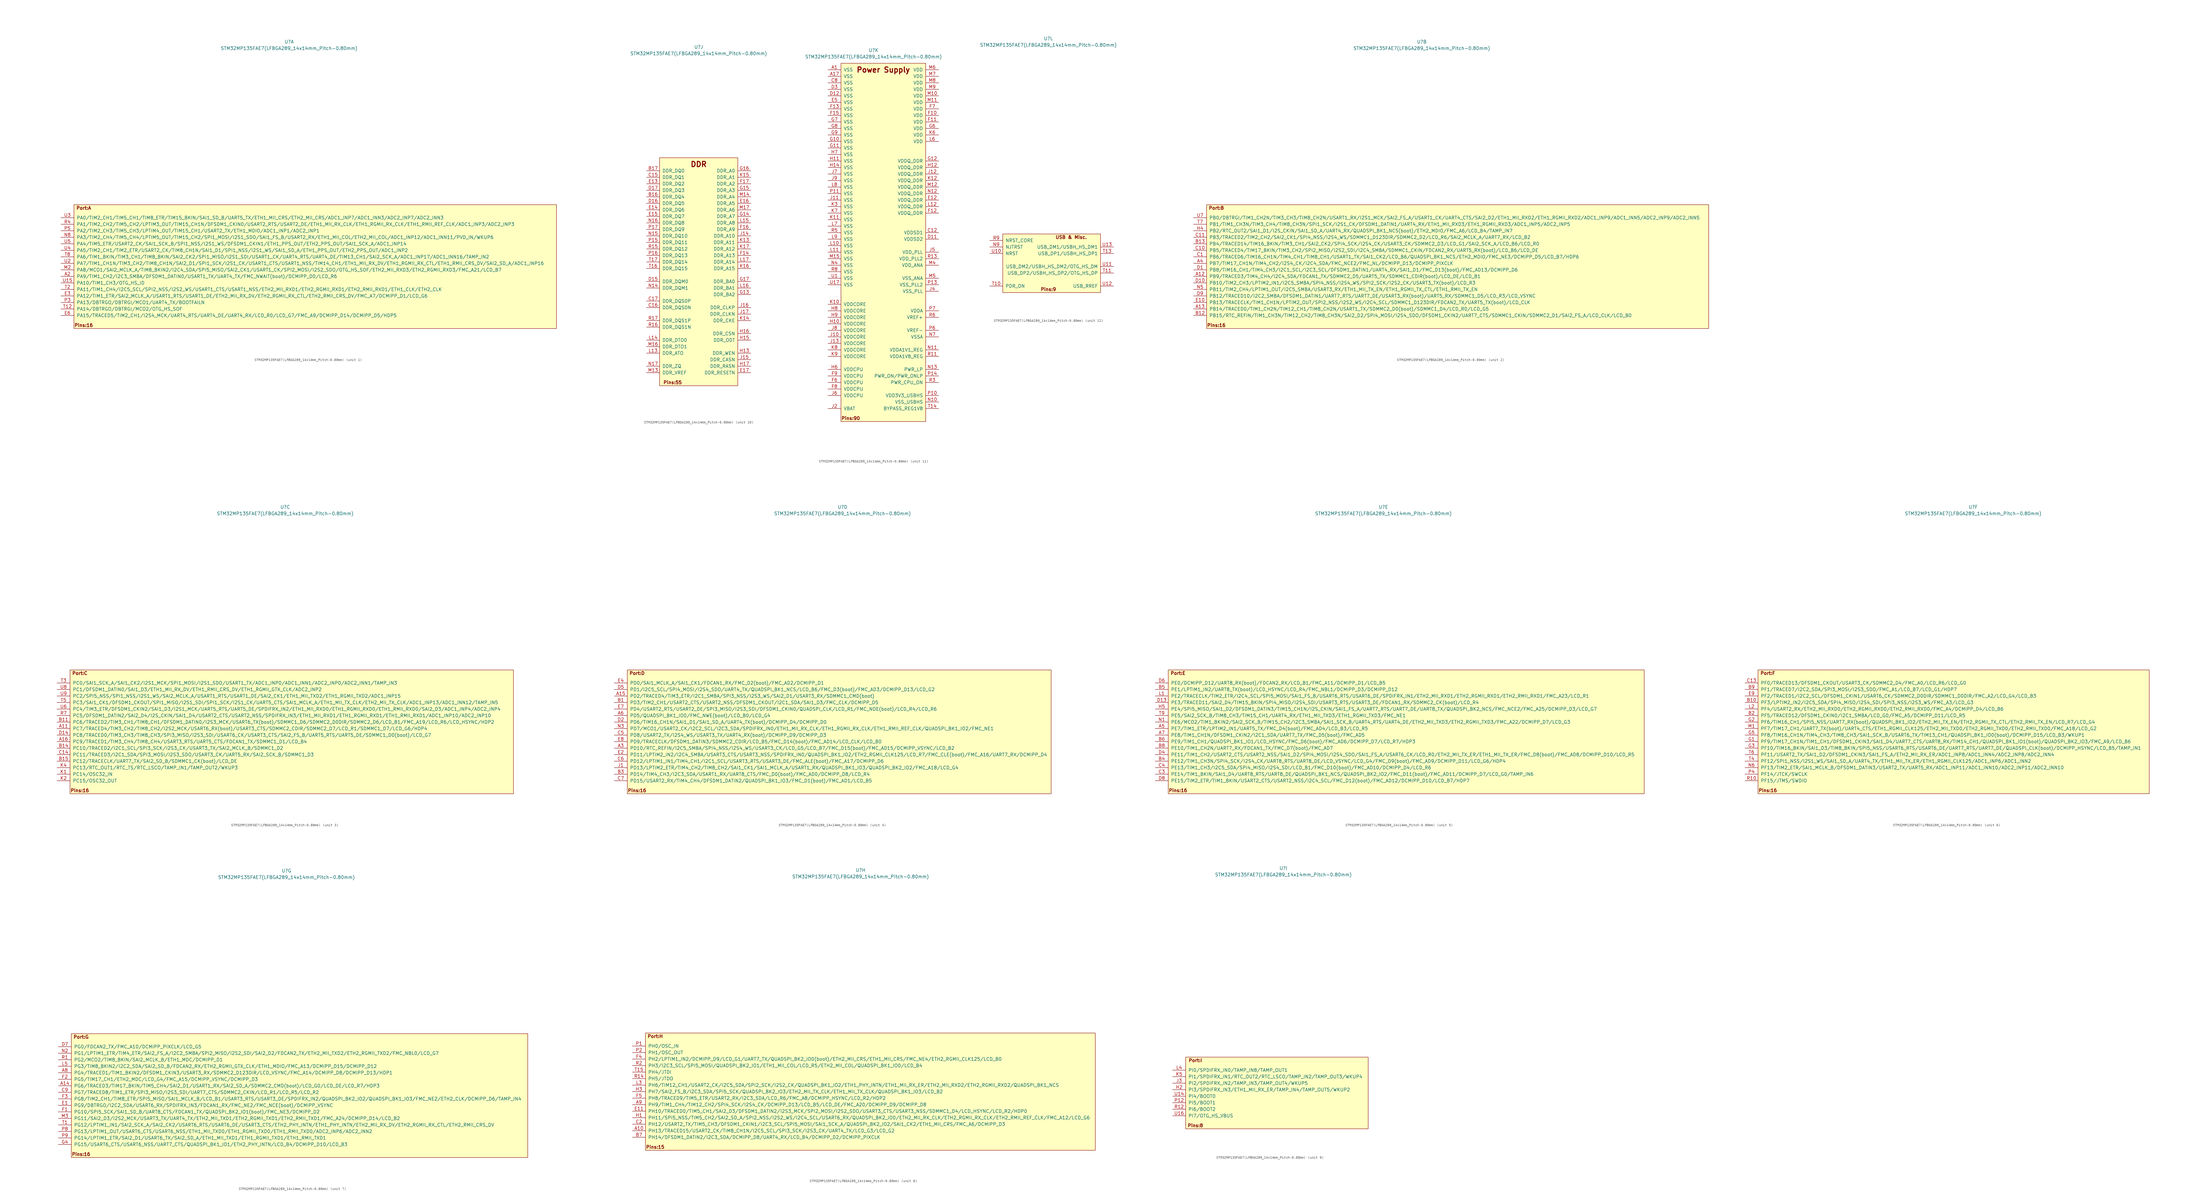
<source format=kicad_sym>
(kicad_symbol_lib
  (version 20220914)
  (generator kicad_symbol_editor)
  (symbol "STM32MP135FAE7(LFBGA289_14x14mm_Pitch-0.80mm)"
    (pin_names
      (offset 1.016))
    (property "Reference" "U"
      (at 0 86.36 0)
      (effects (font (size 1.27 1.27))))
    (property "Value" "STM32MP135FAE7(LFBGA289_14x14mm_Pitch-0.80mm)"
      (at 0 83.82 0)
      (effects (font (size 1.27 1.27))))
    (property "ki_locked" ""
      (at 0 0 0)
      (effects (font (size 1.27 1.27))))
    (symbol "STM32MP135FAE7(LFBGA289_14x14mm_Pitch-0.80mm)_1_1"
      (rectangle (start -83.82 22.86) (end 104.14 -25.4) (stroke (width 0) (type solid)) (fill (type background)))
      (text "Pins:16" (at -80.01 -24.13 0) (effects (font (size 1.27 1.27) bold)))
      (text "Port:A" (at -80.01 21.59 0) (effects (font (size 1.27 1.27) bold)))
      (pin bidirectional line (at -88.9 -5.08 0) (length 5.08) (name "PA9/TIM1_CH2/I2C3_SMBA/DFSDM1_DATIN0/USART1_TX/UART4_TX/FMC_NWAIT(boot)/DCMIPP_D0/LCD_R6" (effects (font (size 1.27 1.27)))) (number "A2" (effects (font (size 1.27 1.27)))))
      (pin bidirectional line (at -88.9 -12.7 0) (length 5.08) (name "PA12/TIM1_ETR/SAI2_MCLK_A/USART1_RTS/USART1_DE/ETH2_MII_RX_DV/ETH2_RGMII_RX_CTL/ETH2_RMII_CRS_DV/FMC_A7/DCMIPP_D1/LCD_G6" (effects (font (size 1.27 1.27)))) (number "E3" (effects (font (size 1.27 1.27)))))
      (pin bidirectional line (at -88.9 -20.32 0) (length 5.08) (name "PA15/TRACED5/TIM2_CH1/I2S4_MCK/UART4_RTS/UART4_DE/UART4_RX/LCD_R0/LCD_G7/FMC_A9/DCMIPP_D14/DCMIPP_D5/HDP5" (effects (font (size 1.27 1.27)))) (number "E6" (effects (font (size 1.27 1.27)))))
      (pin bidirectional line (at -88.9 -2.54 0) (length 5.08) (name "PA8/MCO1/SAI2_MCLK_A/TIM8_BKIN2/I2C4_SDA/SPI5_MISO/SAI2_CK1/USART1_CK/SPI2_MOSI/I2S2_SDO/OTG_HS_SOF/ETH2_MII_RXD3/ETH2_RGMII_RXD3/FMC_A21/LCD_B7" (effects (font (size 1.27 1.27)))) (number "M2" (effects (font (size 1.27 1.27)))))
      (pin bidirectional line (at -88.9 10.16 0) (length 5.08) (name "PA3/TIM2_CH4/TIM5_CH4/LPTIM5_OUT/TIM15_CH2/SPI1_MOSI/I2S1_SDO/SAI1_FS_B/USART2_RX/ETH1_MII_COL/ETH2_MII_COL/ADC1_INP12/ADC1_INN11/PVD_IN/WKUP6" (effects (font (size 1.27 1.27)))) (number "N8" (effects (font (size 1.27 1.27)))))
      (pin bidirectional line (at -88.9 -15.24 0) (length 5.08) (name "PA13/DBTRGO/DBTRGI/MCO1/UART4_TX/BOOTFAILN" (effects (font (size 1.27 1.27)))) (number "P3" (effects (font (size 1.27 1.27)))))
      (pin bidirectional line (at -88.9 12.7 0) (length 5.08) (name "PA2/TIM2_CH3/TIM5_CH3/LPTIM4_OUT/TIM15_CH1/USART2_TX/ETH1_MDIO/ADC1_INP1/ADC2_INP1" (effects (font (size 1.27 1.27)))) (number "P5" (effects (font (size 1.27 1.27)))))
      (pin bidirectional line (at -88.9 15.24 0) (length 5.08) (name "PA1/TIM2_CH2/TIM5_CH2/LPTIM3_OUT/TIM15_CH1N/DFSDM1_CKIN0/USART2_RTS/USART2_DE/ETH1_MII_RX_CLK/ETH1_RGMII_RX_CLK/ETH1_RMII_REF_CLK/ADC1_INP3/ADC2_INP3" (effects (font (size 1.27 1.27)))) (number "R4" (effects (font (size 1.27 1.27)))))
      (pin bidirectional line (at -88.9 -17.78 0) (length 5.08) (name "PA14/DBTRGO/DBTRGI/MCO2/OTG_HS_SOF" (effects (font (size 1.27 1.27)))) (number "T12" (effects (font (size 1.27 1.27)))))
      (pin bidirectional line (at -88.9 -10.16 0) (length 5.08) (name "PA11/TIM1_CH4/I2C5_SCL/SPI2_NSS/I2S2_WS/USART1_CTS/USART1_NSS/ETH2_MII_RXD1/ETH2_RGMII_RXD1/ETH2_RMII_RXD1/ETH1_CLK/ETH2_CLK" (effects (font (size 1.27 1.27)))) (number "T2" (effects (font (size 1.27 1.27)))))
      (pin bidirectional line (at -88.9 2.54 0) (length 5.08) (name "PA6/TIM1_BKIN/TIM3_CH1/TIM8_BKIN/SAI2_CK2/SPI1_MISO/I2S1_SDI/USART1_CK/UART4_RTS/UART4_DE/TIM13_CH1/SAI2_SCK_A/ADC1_INP17/ADC1_INN16/TAMP_IN2" (effects (font (size 1.27 1.27)))) (number "T8" (effects (font (size 1.27 1.27)))))
      (pin bidirectional line (at -88.9 -7.62 0) (length 5.08) (name "PA10/TIM1_CH3/OTG_HS_ID" (effects (font (size 1.27 1.27)))) (number "U15" (effects (font (size 1.27 1.27)))))
      (pin bidirectional line (at -88.9 0 0) (length 5.08) (name "PA7/TIM1_CH1N/TIM3_CH2/TIM8_CH1N/SAI2_D1/SPI1_SCK/I2S1_CK/USART1_CTS/USART1_NSS/TIM14_CH1/ETH1_MII_RX_DV/ETH1_RGMII_RX_CTL/ETH1_RMII_CRS_DV/SAI2_SD_A/ADC1_INP16" (effects (font (size 1.27 1.27)))) (number "U2" (effects (font (size 1.27 1.27)))))
      (pin bidirectional line (at -88.9 17.78 0) (length 5.08) (name "PA0/TIM2_CH1/TIM5_CH1/TIM8_ETR/TIM15_BKIN/SAI1_SD_B/UART5_TX/ETH1_MII_CRS/ETH2_MII_CRS/ADC1_INP7/ADC1_INN3/ADC2_INP7/ADC2_INN3" (effects (font (size 1.27 1.27)))) (number "U3" (effects (font (size 1.27 1.27)))))
      (pin bidirectional line (at -88.9 5.08 0) (length 5.08) (name "PA5/TIM2_CH1/TIM2_ETR/USART2_CK/TIM8_CH1N/SAI1_D1/SPI1_NSS/I2S1_WS/SAI1_SD_A/ETH1_PPS_OUT/ETH2_PPS_OUT/ADC1_INP2" (effects (font (size 1.27 1.27)))) (number "U4" (effects (font (size 1.27 1.27)))))
      (pin bidirectional line (at -88.9 7.62 0) (length 5.08) (name "PA4/TIM5_ETR/USART2_CK/SAI1_SCK_B/SPI1_NSS/I2S1_WS/DFSDM1_CKIN1/ETH1_PPS_OUT/ETH2_PPS_OUT/SAI1_SCK_A/ADC1_INP14" (effects (font (size 1.27 1.27)))) (number "U5" (effects (font (size 1.27 1.27))))))
    (symbol "STM32MP135FAE7(LFBGA289_14x14mm_Pitch-0.80mm)_2_1"
      (rectangle (start -83.82 22.86) (end 111.76 -25.4) (stroke (width 0) (type solid)) (fill (type background)))
      (text "Pins:16" (at -80.01 -24.13 0) (effects (font (size 1.27 1.27) bold)))
      (text "Port:B" (at -80.01 21.59 0) (effects (font (size 1.27 1.27) bold)))
      (pin bidirectional line (at -88.9 -5.08 0) (length 5.08) (name "PB9/TRACED3/TIM4_CH4/I2C4_SDA/FDCAN1_TX/SDMMC2_D5/UART5_TX/SDMMC1_CDIR(boot)/LCD_DE/LCD_B1" (effects (font (size 1.27 1.27)))) (number "A12" (effects (font (size 1.27 1.27)))))
      (pin bidirectional line (at -88.9 -17.78 0) (length 5.08) (name "PB14/TRACED0/TIM1_CH2N/TIM12_CH1/TIM8_CH2N/USART1_TX/SDMMC2_D0(boot)/SDMMC1_D4/LCD_R0/LCD_G5" (effects (font (size 1.27 1.27)))) (number "A13" (effects (font (size 1.27 1.27)))))
      (pin bidirectional line (at -88.9 0 0) (length 5.08) (name "PB7/TIM17_CH1N/TIM4_CH2/I2S4_CK/I2C4_SDA/FMC_NCE2/FMC_NL/DCMIPP_D13/DCMIPP_PIXCLK" (effects (font (size 1.27 1.27)))) (number "A4" (effects (font (size 1.27 1.27)))))
      (pin bidirectional line (at -88.9 -20.32 0) (length 5.08) (name "PB15/RTC_REFIN/TIM1_CH3N/TIM12_CH2/TIM8_CH3N/SAI2_D2/SPI4_MOSI/I2S4_SDO/DFSDM1_CKIN2/UART7_CTS/SDMMC1_CKIN/SDMMC2_D1/SAI2_FS_A/LCD_CLK/LCD_B0" (effects (font (size 1.27 1.27)))) (number "B12" (effects (font (size 1.27 1.27)))))
      (pin bidirectional line (at -88.9 7.62 0) (length 5.08) (name "PB4/TRACED14/TIM16_BKIN/TIM3_CH1/SAI2_CK2/SPI4_SCK/I2S4_CK/USART3_CK/SDMMC2_D3/LCD_G1/SAI2_SCK_A/LCD_B6/LCD_R0" (effects (font (size 1.27 1.27)))) (number "B13" (effects (font (size 1.27 1.27)))))
      (pin bidirectional line (at -88.9 2.54 0) (length 5.08) (name "PB6/TRACED6/TIM16_CH1N/TIM4_CH1/TIM8_CH1/USART1_TX/SAI1_CK2/LCD_B6/QUADSPI_BK1_NCS/ETH2_MDIO/FMC_NE3/DCMIPP_D5/LCD_B7/HDP6" (effects (font (size 1.27 1.27)))) (number "C1" (effects (font (size 1.27 1.27)))))
      (pin bidirectional line (at -88.9 5.08 0) (length 5.08) (name "PB5/TRACED4/TIM17_BKIN/TIM3_CH2/SPI2_MISO/I2S2_SDI/I2C4_SMBA/SDMMC1_CKIN/FDCAN2_RX/UART5_RX(boot)/LCD_B6/LCD_DE" (effects (font (size 1.27 1.27)))) (number "C10" (effects (font (size 1.27 1.27)))))
      (pin bidirectional line (at -88.9 10.16 0) (length 5.08) (name "PB3/TRACED2/TIM2_CH2/SAI2_CK1/SPI4_NSS/I2S4_WS/SDMMC1_D123DIR/SDMMC2_D2/LCD_R6/SAI2_MCLK_A/UART7_RX/LCD_B2" (effects (font (size 1.27 1.27)))) (number "C11" (effects (font (size 1.27 1.27)))))
      (pin bidirectional line (at -88.9 -2.54 0) (length 5.08) (name "PB8/TIM16_CH1/TIM4_CH3/I2C1_SCL/I2C3_SCL/DFSDM1_DATIN1/UART4_RX/SAI1_D1/FMC_D13(boot)/FMC_AD13/DCMIPP_D6" (effects (font (size 1.27 1.27)))) (number "D1" (effects (font (size 1.27 1.27)))))
      (pin bidirectional line (at -88.9 -7.62 0) (length 5.08) (name "PB10/TIM2_CH3/LPTIM2_IN1/I2C5_SMBA/SPI4_NSS/I2S4_WS/SPI2_SCK/I2S2_CK/USART3_TX(boot)/LCD_R3" (effects (font (size 1.27 1.27)))) (number "D10" (effects (font (size 1.27 1.27)))))
      (pin bidirectional line (at -88.9 -12.7 0) (length 5.08) (name "PB12/TRACED10/I2C2_SMBA/DFSDM1_DATIN1/UART7_RTS/UART7_DE/USART3_RX(boot)/UART5_RX/SDMMC1_D5/LCD_R3/LCD_VSYNC" (effects (font (size 1.27 1.27)))) (number "D9" (effects (font (size 1.27 1.27)))))
      (pin bidirectional line (at -88.9 -15.24 0) (length 5.08) (name "PB13/TRACECLK/TIM1_CH1N/LPTIM2_OUT/SPI2_NSS/I2S2_WS/I2C4_SCL/SDMMC1_D123DIR/FDCAN2_TX/UART5_TX(boot)/LCD_CLK" (effects (font (size 1.27 1.27)))) (number "E10" (effects (font (size 1.27 1.27)))))
      (pin bidirectional line (at -88.9 12.7 0) (length 5.08) (name "PB2/RTC_OUT2/SAI1_D1/I2S_CKIN/SAI1_SD_A/UART4_RX/QUADSPI_BK1_NCS(boot)/ETH2_MDIO/FMC_A6/LCD_B4/TAMP_IN7" (effects (font (size 1.27 1.27)))) (number "H4" (effects (font (size 1.27 1.27)))))
      (pin bidirectional line (at -88.9 -10.16 0) (length 5.08) (name "PB11/TIM2_CH4/LPTIM1_OUT/I2C5_SMBA/USART3_RX/ETH1_MII_TX_EN/ETH1_RGMII_TX_CTL/ETH1_RMII_TX_EN" (effects (font (size 1.27 1.27)))) (number "N5" (effects (font (size 1.27 1.27)))))
      (pin bidirectional line (at -88.9 15.24 0) (length 5.08) (name "PB1/TIM1_CH3N/TIM3_CH4/TIM8_CH3N/SPI1_SCK/I2S1_CK/DFSDM1_DATIN1/UART4_RX/ETH1_MII_RXD3/ETH1_RGMII_RXD3/ADC1_INP5/ADC2_INP5" (effects (font (size 1.27 1.27)))) (number "T7" (effects (font (size 1.27 1.27)))))
      (pin bidirectional line (at -88.9 17.78 0) (length 5.08) (name "PB0/DBTRGI/TIM1_CH2N/TIM3_CH3/TIM8_CH2N/USART1_RX/I2S1_MCK/SAI2_FS_A/USART1_CK/UART4_CTS/SAI2_D2/ETH1_MII_RXD2/ETH1_RGMII_RXD2/ADC1_INP9/ADC1_INN5/ADC2_INP9/ADC2_INN5" (effects (font (size 1.27 1.27)))) (number "U7" (effects (font (size 1.27 1.27))))))
    (symbol "STM32MP135FAE7(LFBGA289_14x14mm_Pitch-0.80mm)_3_1"
      (rectangle (start -83.82 22.86) (end 88.9 -25.4) (stroke (width 0) (type solid)) (fill (type background)))
      (text "Pins:16" (at -80.01 -24.13 0) (effects (font (size 1.27 1.27) bold)))
      (text "Port:C" (at -80.01 21.59 0) (effects (font (size 1.27 1.27) bold)))
      (pin bidirectional line (at -88.9 0 0) (length 5.08) (name "PC7/TRACED4/TIM3_CH2/TIM8_CH2/I2S2_MCK/USART6_RX(boot)/USART3_CTS/SDMMC2_CDIR/SDMMC2_D7/LCD_R1/SDMMC1_D7/LCD_G6/HDP4" (effects (font (size 1.27 1.27)))) (number "A11" (effects (font (size 1.27 1.27)))))
      (pin bidirectional line (at -88.9 -5.08 0) (length 5.08) (name "PC9/TRACED1/TIM3_CH4/TIM8_CH4/USART3_RTS/UART5_CTS/FDCAN1_TX/SDMMC1_D1/LCD_B4" (effects (font (size 1.27 1.27)))) (number "A16" (effects (font (size 1.27 1.27)))))
      (pin bidirectional line (at -88.9 2.54 0) (length 5.08) (name "PC6/TRACED2/TIM3_CH1/TIM8_CH1/DFSDM1_DATIN0/I2S3_MCK/USART6_TX(boot)/SDMMC1_D6/SDMMC2_D0DIR/SDMMC2_D6/LCD_B1/FMC_A19/LCD_R6/LCD_HSYNC/HDP2" (effects (font (size 1.27 1.27)))) (number "B11" (effects (font (size 1.27 1.27)))))
      (pin bidirectional line (at -88.9 -7.62 0) (length 5.08) (name "PC10/TRACED2/I2C1_SCL/SPI3_SCK/I2S3_CK/USART3_TX/SAI2_MCLK_B/SDMMC1_D2" (effects (font (size 1.27 1.27)))) (number "B14" (effects (font (size 1.27 1.27)))))
      (pin bidirectional line (at -88.9 -12.7 0) (length 5.08) (name "PC12/TRACECLK/UART7_TX/SAI2_SD_B/SDMMC1_CK(boot)/LCD_DE" (effects (font (size 1.27 1.27)))) (number "B15" (effects (font (size 1.27 1.27)))))
      (pin bidirectional line (at -88.9 -10.16 0) (length 5.08) (name "PC11/TRACED3/I2C1_SDA/SPI3_MOSI/I2S3_SDO/USART3_CK/UART5_RX/SAI2_SCK_B/SDMMC1_D3" (effects (font (size 1.27 1.27)))) (number "C14" (effects (font (size 1.27 1.27)))))
      (pin bidirectional line (at -88.9 -2.54 0) (length 5.08) (name "PC8/TRACED0/TIM3_CH3/TIM8_CH3/SPI3_MISO/I2S3_SDI/USART6_CK/USART3_CTS/SAI2_FS_B/UART5_RTS/UART5_DE/SDMMC1_D0(boot)/LCD_G7" (effects (font (size 1.27 1.27)))) (number "D14" (effects (font (size 1.27 1.27)))))
      (pin bidirectional line (at -88.9 -17.78 0) (length 5.08) (name "PC14/OSC32_IN" (effects (font (size 1.27 1.27)))) (number "K1" (effects (font (size 1.27 1.27)))))
      (pin bidirectional line (at -88.9 -20.32 0) (length 5.08) (name "PC15/OSC32_OUT" (effects (font (size 1.27 1.27)))) (number "K2" (effects (font (size 1.27 1.27)))))
      (pin bidirectional line (at -88.9 -15.24 0) (length 5.08) (name "PC13/RTC_OUT1/RTC_TS/RTC_LSCO/TAMP_IN1/TAMP_OUT2/WKUP3" (effects (font (size 1.27 1.27)))) (number "K4" (effects (font (size 1.27 1.27)))))
      (pin bidirectional line (at -88.9 5.08 0) (length 5.08) (name "PC5/DFSDM1_DATIN2/SAI2_D4/I2S_CKIN/SAI1_D4/USART2_CTS/USART2_NSS/SPDIFRX_IN3/ETH1_MII_RXD1/ETH1_RGMII_RXD1/ETH1_RMII_RXD1/ADC1_INP10/ADC2_INP10" (effects (font (size 1.27 1.27)))) (number "R7" (effects (font (size 1.27 1.27)))))
      (pin bidirectional line (at -88.9 17.78 0) (length 5.08) (name "PC0/SAI1_SCK_A/SAI1_CK2/I2S1_MCK/SPI1_MOSI/I2S1_SDO/USART1_TX/ADC1_INP0/ADC1_INN1/ADC2_INP0/ADC2_INN1/TAMP_IN3" (effects (font (size 1.27 1.27)))) (number "T3" (effects (font (size 1.27 1.27)))))
      (pin bidirectional line (at -88.9 10.16 0) (length 5.08) (name "PC3/SAI1_CK1/DFSDM1_CKOUT/SPI1_MISO/I2S1_SDI/SPI1_SCK/I2S1_CK/UART5_CTS/SAI1_MCLK_A/ETH1_MII_TX_CLK/ETH2_MII_TX_CLK/ADC1_INP13/ADC1_INN12/TAMP_IN5" (effects (font (size 1.27 1.27)))) (number "T5" (effects (font (size 1.27 1.27)))))
      (pin bidirectional line (at -88.9 7.62 0) (length 5.08) (name "PC4/TIM3_ETR/DFSDM1_CKIN2/SAI1_D3/I2S1_MCK/UART5_RTS/UART5_DE/SPDIFRX_IN2/ETH1_MII_RXD0/ETH1_RGMII_RXD0/ETH1_RMII_RXD0/SAI2_D3/ADC1_INP4/ADC2_INP4" (effects (font (size 1.27 1.27)))) (number "U6" (effects (font (size 1.27 1.27)))))
      (pin bidirectional line (at -88.9 15.24 0) (length 5.08) (name "PC1/DFSDM1_DATIN0/SAI1_D3/ETH1_MII_RX_DV/ETH1_RMII_CRS_DV/ETH1_RGMII_GTX_CLK/ADC2_INP2" (effects (font (size 1.27 1.27)))) (number "U8" (effects (font (size 1.27 1.27)))))
      (pin bidirectional line (at -88.9 12.7 0) (length 5.08) (name "PC2/SPI5_NSS/SPI1_NSS/I2S1_WS/SAI2_MCLK_A/USART1_RTS/USART1_DE/SAI2_CK1/ETH1_MII_TXD2/ETH1_RGMII_TXD2/ADC1_INP15" (effects (font (size 1.27 1.27)))) (number "U9" (effects (font (size 1.27 1.27))))))
    (symbol "STM32MP135FAE7(LFBGA289_14x14mm_Pitch-0.80mm)_4_1"
      (rectangle (start -83.82 22.86) (end 81.28 -25.4) (stroke (width 0) (type solid)) (fill (type background)))
      (text "Pins:16" (at -80.01 -24.13 0) (effects (font (size 1.27 1.27) bold)))
      (text "Port:D" (at -80.01 21.59 0) (effects (font (size 1.27 1.27) bold)))
      (pin bidirectional line (at -88.9 12.7 0) (length 5.08) (name "PD2/TRACED4/TIM3_ETR/I2C1_SMBA/SPI3_NSS/I2S3_WS/SAI2_D1/USART3_RX/SDMMC1_CMD(boot)" (effects (font (size 1.27 1.27)))) (number "A15" (effects (font (size 1.27 1.27)))))
      (pin bidirectional line (at -88.9 -7.62 0) (length 5.08) (name "PD10/RTC_REFIN/I2C5_SMBA/SPI4_NSS/I2S4_WS/USART3_CK/LCD_G5/LCD_B7/FMC_D15(boot)/FMC_AD15/DCMIPP_VSYNC/LCD_B2" (effects (font (size 1.27 1.27)))) (number "A3" (effects (font (size 1.27 1.27)))))
      (pin bidirectional line (at -88.9 5.08 0) (length 5.08) (name "PD5/QUADSPI_BK1_IO0/FMC_NWE(boot)/LCD_B0/LCD_G4" (effects (font (size 1.27 1.27)))) (number "A6" (effects (font (size 1.27 1.27)))))
      (pin bidirectional line (at -88.9 10.16 0) (length 5.08) (name "PD3/TIM2_CH1/USART2_CTS/USART2_NSS/DFSDM1_CKOUT/I2C1_SDA/SAI1_D3/FMC_CLK/DCMIPP_D5" (effects (font (size 1.27 1.27)))) (number "B1" (effects (font (size 1.27 1.27)))))
      (pin bidirectional line (at -88.9 -17.78 0) (length 5.08) (name "PD14/TIM4_CH3/I2C3_SDA/USART1_RX/UART8_CTS/FMC_D0(boot)/FMC_AD0/DCMIPP_D8/LCD_R4" (effects (font (size 1.27 1.27)))) (number "B3" (effects (font (size 1.27 1.27)))))
      (pin bidirectional line (at -88.9 -2.54 0) (length 5.08) (name "PD8/USART2_TX/I2S4_WS/USART3_TX/UART4_RX(boot)/DCMIPP_D9/DCMIPP_D3" (effects (font (size 1.27 1.27)))) (number "C5" (effects (font (size 1.27 1.27)))))
      (pin bidirectional line (at -88.9 -12.7 0) (length 5.08) (name "PD12/LPTIM1_IN1/TIM4_CH1/I2C1_SCL/USART3_RTS/USART3_DE/FMC_ALE(boot)/FMC_A17/DCMIPP_D6" (effects (font (size 1.27 1.27)))) (number "C6" (effects (font (size 1.27 1.27)))))
      (pin bidirectional line (at -88.9 -20.32 0) (length 5.08) (name "PD15/USART2_RX/TIM4_CH4/DFSDM1_DATIN2/QUADSPI_BK1_IO3/FMC_D1(boot)/FMC_AD1/LCD_B5" (effects (font (size 1.27 1.27)))) (number "C7" (effects (font (size 1.27 1.27)))))
      (pin bidirectional line (at -88.9 2.54 0) (length 5.08) (name "PD6/TIM16_CH1N/SAI1_D1/SAI1_SD_A/UART4_TX(boot)/DCMIPP_D4/DCMIPP_D0" (effects (font (size 1.27 1.27)))) (number "D2" (effects (font (size 1.27 1.27)))))
      (pin bidirectional line (at -88.9 15.24 0) (length 5.08) (name "PD1/I2C5_SCL/SPI4_MOSI/I2S4_SDO/UART4_TX/QUADSPI_BK1_NCS/LCD_B6/FMC_D3(boot)/FMC_AD3/DCMIPP_D13/LCD_G2" (effects (font (size 1.27 1.27)))) (number "D5" (effects (font (size 1.27 1.27)))))
      (pin bidirectional line (at -88.9 -10.16 0) (length 5.08) (name "PD11/LPTIM2_IN2/I2C4_SMBA/USART3_CTS/USART3_NSS/SPDIFRX_IN0/QUADSPI_BK1_IO2/ETH2_RGMII_CLK125/LCD_R7/FMC_CLE(boot)/FMC_A16/UART7_RX/DCMIPP_D4" (effects (font (size 1.27 1.27)))) (number "E2" (effects (font (size 1.27 1.27)))))
      (pin bidirectional line (at -88.9 17.78 0) (length 5.08) (name "PD0/SAI1_MCLK_A/SAI1_CK1/FDCAN1_RX/FMC_D2(boot)/FMC_AD2/DCMIPP_D1" (effects (font (size 1.27 1.27)))) (number "E4" (effects (font (size 1.27 1.27)))))
      (pin bidirectional line (at -88.9 7.62 0) (length 5.08) (name "PD4/USART2_RTS/USART2_DE/SPI3_MISO/I2S3_SDI/DFSDM1_CKIN0/QUADSPI_CLK/LCD_R1/FMC_NOE(boot)/LCD_R4/LCD_R6" (effects (font (size 1.27 1.27)))) (number "E7" (effects (font (size 1.27 1.27)))))
      (pin bidirectional line (at -88.9 -5.08 0) (length 5.08) (name "PD9/TRACECLK/DFSDM1_DATIN3/SDMMC2_CDIR/LCD_B5/FMC_D14(boot)/FMC_AD14/LCD_CLK/LCD_B0" (effects (font (size 1.27 1.27)))) (number "E8" (effects (font (size 1.27 1.27)))))
      (pin bidirectional line (at -88.9 -15.24 0) (length 5.08) (name "PD13/LPTIM2_ETR/TIM4_CH2/TIM8_CH2/SAI1_CK1/SAI1_MCLK_A/USART1_RX/QUADSPI_BK1_IO3/QUADSPI_BK2_IO2/FMC_A18/LCD_G4" (effects (font (size 1.27 1.27)))) (number "J1" (effects (font (size 1.27 1.27)))))
      (pin bidirectional line (at -88.9 0 0) (length 5.08) (name "PD7/MCO1/USART2_CK/I2C2_SCL/I2C3_SDA/SPDIFRX_IN0/ETH1_MII_RX_CLK/ETH1_RGMII_RX_CLK/ETH1_RMII_REF_CLK/QUADSPI_BK1_IO2/FMC_NE1" (effects (font (size 1.27 1.27)))) (number "N3" (effects (font (size 1.27 1.27))))))
    (symbol "STM32MP135FAE7(LFBGA289_14x14mm_Pitch-0.80mm)_5_1"
      (rectangle (start -83.82 22.86) (end 101.6 -25.4) (stroke (width 0) (type solid)) (fill (type background)))
      (text "Pins:16" (at -80.01 -24.13 0) (effects (font (size 1.27 1.27) bold)))
      (text "Port:E" (at -80.01 21.59 0) (effects (font (size 1.27 1.27) bold)))
      (pin bidirectional line (at -88.9 0 0) (length 5.08) (name "PE7/TIM1_ETR/LPTIM2_IN1/UART5_TX/FMC_D4(boot)/FMC_AD4/LCD_B3/LCD_R5" (effects (font (size 1.27 1.27)))) (number "A5" (effects (font (size 1.27 1.27)))))
      (pin bidirectional line (at -88.9 -2.54 0) (length 5.08) (name "PE8/TIM1_CH1N/DFSDM1_CKIN2/I2C1_SDA/UART7_TX/FMC_D5(boot)/FMC_AD5" (effects (font (size 1.27 1.27)))) (number "A7" (effects (font (size 1.27 1.27)))))
      (pin bidirectional line (at -88.9 -12.7 0) (length 5.08) (name "PE12/TIM1_CH3N/SPI4_SCK/I2S4_CK/UART8_RTS/UART8_DE/LCD_VSYNC/LCD_G4/FMC_D9(boot)/FMC_AD9/DCMIPP_D11/LCD_G6/HDP4" (effects (font (size 1.27 1.27)))) (number "B4" (effects (font (size 1.27 1.27)))))
      (pin bidirectional line (at -88.9 15.24 0) (length 5.08) (name "PE1/LPTIM1_IN2/UART8_TX(boot)/LCD_HSYNC/LCD_R4/FMC_NBL1/DCMIPP_D3/DCMIPP_D12" (effects (font (size 1.27 1.27)))) (number "B5" (effects (font (size 1.27 1.27)))))
      (pin bidirectional line (at -88.9 -5.08 0) (length 5.08) (name "PE9/TIM1_CH1/QUADSPI_BK1_IO1/LCD_HSYNC/FMC_D6(boot)/FMC_AD6/DCMIPP_D7/LCD_R7/HDP3" (effects (font (size 1.27 1.27)))) (number "B6" (effects (font (size 1.27 1.27)))))
      (pin bidirectional line (at -88.9 -7.62 0) (length 5.08) (name "PE10/TIM1_CH2N/UART7_RX/FDCAN1_TX/FMC_D7(boot)/FMC_AD7" (effects (font (size 1.27 1.27)))) (number "B8" (effects (font (size 1.27 1.27)))))
      (pin bidirectional line (at -88.9 -17.78 0) (length 5.08) (name "PE14/TIM1_BKIN/SAI1_D4/UART8_RTS/UART8_DE/QUADSPI_BK1_NCS/QUADSPI_BK2_IO2/FMC_D11(boot)/FMC_AD11/DCMIPP_D7/LCD_G0/TAMP_IN6" (effects (font (size 1.27 1.27)))) (number "C3" (effects (font (size 1.27 1.27)))))
      (pin bidirectional line (at -88.9 -15.24 0) (length 5.08) (name "PE13/TIM1_CH3/I2C5_SDA/SPI4_MISO/I2S4_SDI/LCD_B1/FMC_D10(boot)/FMC_AD10/DCMIPP_D4/LCD_R6" (effects (font (size 1.27 1.27)))) (number "C4" (effects (font (size 1.27 1.27)))))
      (pin bidirectional line (at -88.9 10.16 0) (length 5.08) (name "PE3/TRACED11/SAI2_D4/TIM15_BKIN/SPI4_MISO/I2S4_SDI/USART3_RTS/USART3_DE/FDCAN1_RX/SDMMC2_CK(boot)/LCD_R4" (effects (font (size 1.27 1.27)))) (number "D13" (effects (font (size 1.27 1.27)))))
      (pin bidirectional line (at -88.9 -10.16 0) (length 5.08) (name "PE11/TIM1_CH2/USART2_CTS/USART2_NSS/SAI1_D2/SPI4_MOSI/I2S4_SDO/SAI1_FS_A/USART6_CK/LCD_R0/ETH2_MII_TX_ER/ETH1_MII_TX_ER/FMC_D8(boot)/FMC_AD8/DCMIPP_D10/LCD_R5" (effects (font (size 1.27 1.27)))) (number "D4" (effects (font (size 1.27 1.27)))))
      (pin bidirectional line (at -88.9 17.78 0) (length 5.08) (name "PE0/DCMIPP_D12/UART8_RX(boot)/FDCAN2_RX/LCD_B1/FMC_A11/DCMIPP_D1/LCD_B5" (effects (font (size 1.27 1.27)))) (number "D6" (effects (font (size 1.27 1.27)))))
      (pin bidirectional line (at -88.9 -20.32 0) (length 5.08) (name "PE15/TIM2_ETR/TIM1_BKIN/USART2_CTS/USART2_NSS/I2C4_SCL/FMC_D12(boot)/FMC_AD12/DCMIPP_D10/LCD_B7/HDP7" (effects (font (size 1.27 1.27)))) (number "D8" (effects (font (size 1.27 1.27)))))
      (pin bidirectional line (at -88.9 7.62 0) (length 5.08) (name "PE4/SPI5_MISO/SAI1_D2/DFSDM1_DATIN3/TIM15_CH1N/I2S_CKIN/SAI1_FS_A/UART7_RTS/UART7_DE/UART8_TX/QUADSPI_BK2_NCS/FMC_NCE2/FMC_A25/DCMIPP_D3/LCD_G7" (effects (font (size 1.27 1.27)))) (number "H5" (effects (font (size 1.27 1.27)))))
      (pin bidirectional line (at -88.9 12.7 0) (length 5.08) (name "PE2/TRACECLK/TIM2_ETR/I2C4_SCL/SPI5_MOSI/SAI1_FS_B/USART6_RTS/USART6_DE/SPDIFRX_IN1/ETH2_MII_RXD1/ETH2_RGMII_RXD1/ETH2_RMII_RXD1/FMC_A23/LCD_R1" (effects (font (size 1.27 1.27)))) (number "L1" (effects (font (size 1.27 1.27)))))
      (pin bidirectional line (at -88.9 2.54 0) (length 5.08) (name "PE6/MCO2/TIM1_BKIN2/SAI2_SCK_B/TIM15_CH2/I2C3_SMBA/SAI1_SCK_B/UART4_RTS/UART4_DE/ETH2_MII_TXD3/ETH2_RGMII_TXD3/FMC_A22/DCMIPP_D7/LCD_G3" (effects (font (size 1.27 1.27)))) (number "N1" (effects (font (size 1.27 1.27)))))
      (pin bidirectional line (at -88.9 5.08 0) (length 5.08) (name "PE5/SAI2_SCK_B/TIM8_CH3/TIM15_CH1/UART4_RX/ETH1_MII_TXD3/ETH1_RGMII_TXD3/FMC_NE1" (effects (font (size 1.27 1.27)))) (number "T9" (effects (font (size 1.27 1.27))))))
    (symbol "STM32MP135FAE7(LFBGA289_14x14mm_Pitch-0.80mm)_6_1"
      (rectangle (start -83.82 22.86) (end 68.58 -25.4) (stroke (width 0) (type solid)) (fill (type background)))
      (text "Pins:16" (at -80.01 -24.13 0) (effects (font (size 1.27 1.27) bold)))
      (text "Port:F" (at -80.01 21.59 0) (effects (font (size 1.27 1.27) bold)))
      (pin bidirectional line (at -88.9 10.16 0) (length 5.08) (name "PF3/LPTIM2_IN2/I2C5_SDA/SPI4_MISO/I2S4_SDI/SPI3_NSS/I2S3_WS/FMC_A3/LCD_G3" (effects (font (size 1.27 1.27)))) (number "B10" (effects (font (size 1.27 1.27)))))
      (pin bidirectional line (at -88.9 5.08 0) (length 5.08) (name "PF5/TRACED12/DFSDM1_CKIN0/I2C1_SMBA/LCD_G0/FMC_A5/DCMIPP_D11/LCD_R5" (effects (font (size 1.27 1.27)))) (number "B2" (effects (font (size 1.27 1.27)))))
      (pin bidirectional line (at -88.9 15.24 0) (length 5.08) (name "PF1/TRACED7/I2C2_SDA/SPI3_MOSI/I2S3_SDO/FMC_A1/LCD_B7/LCD_G1/HDP7" (effects (font (size 1.27 1.27)))) (number "B9" (effects (font (size 1.27 1.27)))))
      (pin bidirectional line (at -88.9 17.78 0) (length 5.08) (name "PF0/TRACED13/DFSDM1_CKOUT/USART3_CK/SDMMC2_D4/FMC_A0/LCD_R6/LCD_G0" (effects (font (size 1.27 1.27)))) (number "C13" (effects (font (size 1.27 1.27)))))
      (pin bidirectional line (at -88.9 12.7 0) (length 5.08) (name "PF2/TRACED1/I2C2_SCL/DFSDM1_CKIN1/USART6_CK/SDMMC2_D0DIR/SDMMC1_D0DIR/FMC_A2/LCD_G4/LCD_B3" (effects (font (size 1.27 1.27)))) (number "E9" (effects (font (size 1.27 1.27)))))
      (pin bidirectional line (at -88.9 -5.08 0) (length 5.08) (name "PF9/TIM17_CH1N/TIM1_CH1/DFSDM1_CKIN3/SAI1_D4/UART7_CTS/UART8_RX/TIM14_CH1/QUADSPI_BK1_IO1(boot)/QUADSPI_BK2_IO3/FMC_A9/LCD_B6" (effects (font (size 1.27 1.27)))) (number "G1" (effects (font (size 1.27 1.27)))))
      (pin bidirectional line (at -88.9 2.54 0) (length 5.08) (name "PF6/TIM16_CH1/SPI5_NSS/UART7_RX(boot)/QUADSPI_BK1_IO2/ETH2_MII_TX_EN/ETH2_RGMII_TX_CTL/ETH2_RMII_TX_EN/LCD_R7/LCD_G4" (effects (font (size 1.27 1.27)))) (number "G2" (effects (font (size 1.27 1.27)))))
      (pin bidirectional line (at -88.9 -7.62 0) (length 5.08) (name "PF10/TIM16_BKIN/SAI1_D3/TIM8_BKIN/SPI5_NSS/USART6_RTS/USART6_DE/UART7_RTS/UART7_DE/QUADSPI_CLK(boot)/DCMIPP_HSYNC/LCD_B5/TAMP_IN1" (effects (font (size 1.27 1.27)))) (number "G3" (effects (font (size 1.27 1.27)))))
      (pin bidirectional line (at -88.9 -2.54 0) (length 5.08) (name "PF8/TIM16_CH1N/TIM4_CH3/TIM8_CH3/SAI1_SCK_B/USART6_TX/TIM13_CH1/QUADSPI_BK1_IO0(boot)/DCMIPP_D15/LCD_B3/WKUP1" (effects (font (size 1.27 1.27)))) (number "G5" (effects (font (size 1.27 1.27)))))
      (pin bidirectional line (at -88.9 7.62 0) (length 5.08) (name "PF4/USART2_RX/ETH2_MII_RXD0/ETH2_RGMII_RXD0/ETH2_RMII_RXD0/FMC_A4/DCMIPP_D4/LCD_B6" (effects (font (size 1.27 1.27)))) (number "L2" (effects (font (size 1.27 1.27)))))
      (pin bidirectional line (at -88.9 0 0) (length 5.08) (name "PF7/TIM17_CH1/UART7_TX(boot)/UART4_CTS/ETH1_RGMII_CLK125/ETH2_MII_TXD0/ETH2_RGMII_TXD0/ETH2_RMII_TXD0/FMC_A18/LCD_G2" (effects (font (size 1.27 1.27)))) (number "M1" (effects (font (size 1.27 1.27)))))
      (pin bidirectional line (at -88.9 -15.24 0) (length 5.08) (name "PF13/TIM2_ETR/SAI1_MCLK_B/DFSDM1_DATIN3/USART2_TX/UART5_RX/ADC1_INP11/ADC1_INN10/ADC2_INP11/ADC2_INN10" (effects (font (size 1.27 1.27)))) (number "N6" (effects (font (size 1.27 1.27)))))
      (pin bidirectional line (at -88.9 -17.78 0) (length 5.08) (name "PF14/JTCK/SWCLK" (effects (font (size 1.27 1.27)))) (number "P4" (effects (font (size 1.27 1.27)))))
      (pin bidirectional line (at -88.9 -20.32 0) (length 5.08) (name "PF15/JTMS/SWDIO" (effects (font (size 1.27 1.27)))) (number "R10" (effects (font (size 1.27 1.27)))))
      (pin bidirectional line (at -88.9 -12.7 0) (length 5.08) (name "PF12/SPI1_NSS/I2S1_WS/SAI1_SD_A/UART4_TX/ETH1_MII_TX_ER/ETH1_RGMII_CLK125/ADC1_INP6/ADC1_INN2" (effects (font (size 1.27 1.27)))) (number "T4" (effects (font (size 1.27 1.27)))))
      (pin bidirectional line (at -88.9 -10.16 0) (length 5.08) (name "PF11/USART2_TX/SAI1_D2/DFSDM1_CKIN3/SAI1_FS_A/ETH2_MII_RX_ER/ADC1_INP8/ADC1_INN4/ADC2_INP8/ADC2_INN4" (effects (font (size 1.27 1.27)))) (number "T6" (effects (font (size 1.27 1.27))))))
    (symbol "STM32MP135FAE7(LFBGA289_14x14mm_Pitch-0.80mm)_7_1"
      (rectangle (start -83.82 22.86) (end 93.98 -25.4) (stroke (width 0) (type solid)) (fill (type background)))
      (text "Pins:16" (at -80.01 -24.13 0) (effects (font (size 1.27 1.27) bold)))
      (text "Port:G" (at -80.01 21.59 0) (effects (font (size 1.27 1.27) bold)))
      (pin bidirectional line (at -88.9 2.54 0) (length 5.08) (name "PG6/TRACED3/TIM17_BKIN/TIM5_CH4/SAI2_D1/USART1_RX/SAI2_SD_A/SDMMC2_CMD(boot)/LCD_G0/LCD_DE/LCD_R7/HDP3" (effects (font (size 1.27 1.27)))) (number "A14" (effects (font (size 1.27 1.27)))))
      (pin bidirectional line (at -88.9 7.62 0) (length 5.08) (name "PG4/TRACED1/TIM1_BKIN2/DFSDM1_CKIN3/USART3_RX/SDMMC2_D123DIR/LCD_VSYNC/FMC_A14/DCMIPP_D8/DCMIPP_D13/HDP1" (effects (font (size 1.27 1.27)))) (number "A8" (effects (font (size 1.27 1.27)))))
      (pin bidirectional line (at -88.9 0 0) (length 5.08) (name "PG7/TRACED8/TIM1_ETR/SPI3_MISO/I2S3_SDI/UART7_CTS/SDMMC2_CKIN/LCD_R1/LCD_R5/LCD_R2" (effects (font (size 1.27 1.27)))) (number "C9" (effects (font (size 1.27 1.27)))))
      (pin bidirectional line (at -88.9 17.78 0) (length 5.08) (name "PG0/FDCAN2_TX/FMC_A10/DCMIPP_PIXCLK/LCD_G5" (effects (font (size 1.27 1.27)))) (number "D7" (effects (font (size 1.27 1.27)))))
      (pin bidirectional line (at -88.9 -5.08 0) (length 5.08) (name "PG9/DBTRGO/I2C2_SDA/USART6_RX/SPDIFRX_IN3/FDCAN1_RX/FMC_NE2/FMC_NCE(boot)/DCMIPP_VSYNC" (effects (font (size 1.27 1.27)))) (number "E1" (effects (font (size 1.27 1.27)))))
      (pin bidirectional line (at -88.9 -7.62 0) (length 5.08) (name "PG10/SPI5_SCK/SAI1_SD_B/UART8_CTS/FDCAN1_TX/QUADSPI_BK2_IO1(boot)/FMC_NE3/DCMIPP_D2" (effects (font (size 1.27 1.27)))) (number "F1" (effects (font (size 1.27 1.27)))))
      (pin bidirectional line (at -88.9 5.08 0) (length 5.08) (name "PG5/TIM17_CH1/ETH2_MDC/LCD_G4/FMC_A15/DCMIPP_VSYNC/DCMIPP_D3" (effects (font (size 1.27 1.27)))) (number "F2" (effects (font (size 1.27 1.27)))))
      (pin bidirectional line (at -88.9 -2.54 0) (length 5.08) (name "PG8/TIM2_CH1/TIM8_ETR/SPI5_MISO/SAI1_MCLK_B/LCD_B1/USART3_RTS/USART3_DE/SPDIFRX_IN2/QUADSPI_BK2_IO2/QUADSPI_BK1_IO3/FMC_NE2/ETH2_CLK/DCMIPP_D6/TAMP_IN4" (effects (font (size 1.27 1.27)))) (number "F3" (effects (font (size 1.27 1.27)))))
      (pin bidirectional line (at -88.9 -20.32 0) (length 5.08) (name "PG15/USART6_CTS/USART6_NSS/UART7_CTS/QUADSPI_BK1_IO1/ETH2_PHY_INTN/LCD_B4/DCMIPP_D10/LCD_B3" (effects (font (size 1.27 1.27)))) (number "G4" (effects (font (size 1.27 1.27)))))
      (pin bidirectional line (at -88.9 10.16 0) (length 5.08) (name "PG3/TIM8_BKIN2/I2C2_SDA/SAI2_SD_B/FDCAN2_RX/ETH2_RGMII_GTX_CLK/ETH1_MDIO/FMC_A13/DCMIPP_D15/DCMIPP_D12" (effects (font (size 1.27 1.27)))) (number "L5" (effects (font (size 1.27 1.27)))))
      (pin bidirectional line (at -88.9 -10.16 0) (length 5.08) (name "PG11/SAI2_D3/I2S2_MCK/USART3_TX/UART4_TX/ETH2_MII_TXD1/ETH2_RGMII_TXD1/ETH2_RMII_TXD1/FMC_A24/DCMIPP_D14/LCD_B2" (effects (font (size 1.27 1.27)))) (number "M3" (effects (font (size 1.27 1.27)))))
      (pin bidirectional line (at -88.9 15.24 0) (length 5.08) (name "PG1/LPTIM1_ETR/TIM4_ETR/SAI2_FS_A/I2C2_SMBA/SPI2_MISO/I2S2_SDI/SAI2_D2/FDCAN2_TX/ETH2_MII_TXD2/ETH2_RGMII_TXD2/FMC_NBL0/LCD_G7" (effects (font (size 1.27 1.27)))) (number "N2" (effects (font (size 1.27 1.27)))))
      (pin bidirectional line (at -88.9 -15.24 0) (length 5.08) (name "PG13/LPTIM1_OUT/USART6_CTS/USART6_NSS/ETH1_MII_TXD0/ETH1_RGMII_TXD0/ETH1_RMII_TXD0/ADC2_INP6/ADC2_INN2" (effects (font (size 1.27 1.27)))) (number "P8" (effects (font (size 1.27 1.27)))))
      (pin bidirectional line (at -88.9 -17.78 0) (length 5.08) (name "PG14/LPTIM1_ETR/SAI2_D1/USART6_TX/SAI2_SD_A/ETH1_MII_TXD1/ETH1_RGMII_TXD1/ETH1_RMII_TXD1" (effects (font (size 1.27 1.27)))) (number "P9" (effects (font (size 1.27 1.27)))))
      (pin bidirectional line (at -88.9 12.7 0) (length 5.08) (name "PG2/MCO2/TIM8_BKIN/SAI2_MCLK_B/ETH1_MDC/DCMIPP_D1" (effects (font (size 1.27 1.27)))) (number "R1" (effects (font (size 1.27 1.27)))))
      (pin bidirectional line (at -88.9 -12.7 0) (length 5.08) (name "PG12/LPTIM1_IN1/SAI2_SCK_A/SAI2_CK2/USART6_RTS/USART6_DE/USART3_CTS/ETH2_PHY_INTN/ETH1_PHY_INTN/ETH2_MII_RX_DV/ETH2_RGMII_RX_CTL/ETH2_RMII_CRS_DV" (effects (font (size 1.27 1.27)))) (number "T1" (effects (font (size 1.27 1.27))))))
    (symbol "STM32MP135FAE7(LFBGA289_14x14mm_Pitch-0.80mm)_8_1"
      (rectangle (start -83.82 22.86) (end 91.44 -22.86) (stroke (width 0) (type solid)) (fill (type background)))
      (text "Pins:15" (at -80.01 -21.59 0) (effects (font (size 1.27 1.27) bold)))
      (text "Port:H" (at -80.01 21.59 0) (effects (font (size 1.27 1.27) bold)))
      (pin bidirectional line (at -88.9 -15.24 0) (length 5.08) (name "PH13/TRACED15/USART2_CK/TIM8_CH1N/I2C5_SCL/SPI3_SCK/I2S3_CK/UART4_TX/LCD_G3/LCD_G2" (effects (font (size 1.27 1.27)))) (number "A10" (effects (font (size 1.27 1.27)))))
      (pin bidirectional line (at -88.9 -5.08 0) (length 5.08) (name "PH9/TIM1_CH4/TIM12_CH2/SPI4_SCK/I2S4_CK/DCMIPP_D13/LCD_B5/LCD_DE/FMC_A20/DCMIPP_D9/DCMIPP_D8" (effects (font (size 1.27 1.27)))) (number "A9" (effects (font (size 1.27 1.27)))))
      (pin bidirectional line (at -88.9 -17.78 0) (length 5.08) (name "PH14/DFSDM1_DATIN2/I2C3_SDA/DCMIPP_D8/UART4_RX/LCD_B4/DCMIPP_D2/DCMIPP_PIXCLK" (effects (font (size 1.27 1.27)))) (number "B7" (effects (font (size 1.27 1.27)))))
      (pin bidirectional line (at -88.9 -12.7 0) (length 5.08) (name "PH12/USART2_TX/TIM5_CH3/DFSDM1_CKIN1/I2C3_SCL/SPI5_MOSI/SAI1_SCK_A/QUADSPI_BK2_IO2/SAI1_CK2/ETH1_MII_CRS/FMC_A6/DCMIPP_D3" (effects (font (size 1.27 1.27)))) (number "C2" (effects (font (size 1.27 1.27)))))
      (pin bidirectional line (at -88.9 -7.62 0) (length 5.08) (name "PH10/TRACED0/TIM5_CH1/SAI2_D3/DFSDM1_DATIN2/I2S3_MCK/SPI2_MOSI/I2S2_SDO/USART3_CTS/USART3_NSS/SDMMC1_D4/LCD_HSYNC/LCD_R2/HDP0" (effects (font (size 1.27 1.27)))) (number "E11" (effects (font (size 1.27 1.27)))))
      (pin bidirectional line (at -88.9 12.7 0) (length 5.08) (name "PH2/LPTIM1_IN2/DCMIPP_D9/LCD_G1/UART7_TX/QUADSPI_BK2_IO0(boot)/ETH2_MII_CRS/ETH1_MII_CRS/FMC_NE4/ETH2_RGMII_CLK125/LCD_B0" (effects (font (size 1.27 1.27)))) (number "F4" (effects (font (size 1.27 1.27)))))
      (pin bidirectional line (at -88.9 -2.54 0) (length 5.08) (name "PH8/TRACED9/TIM5_ETR/USART2_RX/I2C3_SDA/LCD_R6/FMC_A8/DCMIPP_HSYNC/LCD_R2/HDP2" (effects (font (size 1.27 1.27)))) (number "F5" (effects (font (size 1.27 1.27)))))
      (pin bidirectional line (at -88.9 -10.16 0) (length 5.08) (name "PH11/SPI5_NSS/TIM5_CH2/SAI2_SD_A/SPI2_NSS/I2S2_WS/I2C4_SCL/USART6_RX/QUADSPI_BK2_IO0/ETH2_MII_RX_CLK/ETH2_RGMII_RX_CLK/ETH2_RMII_REF_CLK/FMC_A12/LCD_G6" (effects (font (size 1.27 1.27)))) (number "H1" (effects (font (size 1.27 1.27)))))
      (pin bidirectional line (at -88.9 0 0) (length 5.08) (name "PH7/SAI2_FS_B/I2C3_SDA/SPI5_SCK/QUADSPI_BK2_IO3/ETH2_MII_TX_CLK/ETH1_MII_TX_CLK/QUADSPI_BK1_IO3/LCD_B2" (effects (font (size 1.27 1.27)))) (number "H3" (effects (font (size 1.27 1.27)))))
      (pin bidirectional line (at -88.9 2.54 0) (length 5.08) (name "PH6/TIM12_CH1/USART2_CK/I2C5_SDA/SPI2_SCK/I2S2_CK/QUADSPI_BK1_IO2/ETH1_PHY_INTN/ETH1_MII_RX_ER/ETH2_MII_RXD2/ETH2_RGMII_RXD2/QUADSPI_BK1_NCS" (effects (font (size 1.27 1.27)))) (number "L3" (effects (font (size 1.27 1.27)))))
      (pin bidirectional line (at -88.9 17.78 0) (length 5.08) (name "PH0/OSC_IN" (effects (font (size 1.27 1.27)))) (number "P1" (effects (font (size 1.27 1.27)))))
      (pin bidirectional line (at -88.9 15.24 0) (length 5.08) (name "PH1/OSC_OUT" (effects (font (size 1.27 1.27)))) (number "P2" (effects (font (size 1.27 1.27)))))
      (pin bidirectional line (at -88.9 5.08 0) (length 5.08) (name "PH5/JTDO" (effects (font (size 1.27 1.27)))) (number "R14" (effects (font (size 1.27 1.27)))))
      (pin bidirectional line (at -88.9 10.16 0) (length 5.08) (name "PH3/I2C3_SCL/SPI5_MOSI/QUADSPI_BK2_IO1/ETH1_MII_COL/LCD_R5/ETH2_MII_COL/QUADSPI_BK1_IO0/LCD_B4" (effects (font (size 1.27 1.27)))) (number "R2" (effects (font (size 1.27 1.27)))))
      (pin bidirectional line (at -88.9 7.62 0) (length 5.08) (name "PH4/JTDI" (effects (font (size 1.27 1.27)))) (number "T15" (effects (font (size 1.27 1.27))))))
    (symbol "STM32MP135FAE7(LFBGA289_14x14mm_Pitch-0.80mm)_9_1"
      (rectangle (start -38.1 12.7) (end 33.02 -15.24) (stroke (width 0) (type solid)) (fill (type background)))
      (text "Pins:8" (at -34.29 -13.97 0) (effects (font (size 1.27 1.27) bold)))
      (text "Port:I" (at -34.29 11.43 0) (effects (font (size 1.27 1.27) bold)))
      (pin bidirectional line (at -43.18 0 0) (length 5.08) (name "PI3/SPDIFRX_IN3/ETH1_MII_RX_ER/TAMP_IN4/TAMP_OUT5/WKUP2" (effects (font (size 1.27 1.27)))) (number "H2" (effects (font (size 1.27 1.27)))))
      (pin bidirectional line (at -43.18 2.54 0) (length 5.08) (name "PI2/SPDIFRX_IN2/TAMP_IN3/TAMP_OUT4/WKUP5" (effects (font (size 1.27 1.27)))) (number "J3" (effects (font (size 1.27 1.27)))))
      (pin bidirectional line (at -43.18 5.08 0) (length 5.08) (name "PI1/SPDIFRX_IN1/RTC_OUT2/RTC_LSCO/TAMP_IN2/TAMP_OUT3/WKUP4" (effects (font (size 1.27 1.27)))) (number "K5" (effects (font (size 1.27 1.27)))))
      (pin bidirectional line (at -43.18 7.62 0) (length 5.08) (name "PI0/SPDIFRX_IN0/TAMP_IN8/TAMP_OUT1" (effects (font (size 1.27 1.27)))) (number "L4" (effects (font (size 1.27 1.27)))))
      (pin bidirectional line (at -43.18 -5.08 0) (length 5.08) (name "PI5/BOOT1" (effects (font (size 1.27 1.27)))) (number "P12" (effects (font (size 1.27 1.27)))))
      (pin bidirectional line (at -43.18 -7.62 0) (length 5.08) (name "PI6/BOOT2" (effects (font (size 1.27 1.27)))) (number "R12" (effects (font (size 1.27 1.27)))))
      (pin bidirectional line (at -43.18 -2.54 0) (length 5.08) (name "PI4/BOOT0" (effects (font (size 1.27 1.27)))) (number "U14" (effects (font (size 1.27 1.27)))))
      (pin bidirectional line (at -43.18 -10.16 0) (length 5.08) (name "PI7/OTG_HS_VBUS" (effects (font (size 1.27 1.27)))) (number "U16" (effects (font (size 1.27 1.27))))))
    (symbol "STM32MP135FAE7(LFBGA289_14x14mm_Pitch-0.80mm)_10_1"
      (rectangle (start -15.24 43.18) (end 15.24 -45.72) (stroke (width 0) (type solid)) (fill (type background)))
      (text "DDR" (at 0 40.64 0) (effects (font (size 2.032 2.032) bold)))
      (text "Pins:55" (at -10.16 -44.45 0) (effects (font (size 1.27 1.27) bold)))
      (pin bidirectional line (at -20.32 27.94 0) (length 5.08) (name "DDR_DQ4" (effects (font (size 1.27 1.27)))) (number "B16" (effects (font (size 1.27 1.27)))))
      (pin bidirectional line (at -20.32 38.1 0) (length 5.08) (name "DDR_DQ0" (effects (font (size 1.27 1.27)))) (number "B17" (effects (font (size 1.27 1.27)))))
      (pin bidirectional line (at -20.32 35.56 0) (length 5.08) (name "DDR_DQ1" (effects (font (size 1.27 1.27)))) (number "C15" (effects (font (size 1.27 1.27)))))
      (pin bidirectional line (at -20.32 -15.24 0) (length 5.08) (name "DDR_DQS0N" (effects (font (size 1.27 1.27)))) (number "C16" (effects (font (size 1.27 1.27)))))
      (pin bidirectional line (at -20.32 -12.7 0) (length 5.08) (name "DDR_DQS0P" (effects (font (size 1.27 1.27)))) (number "C17" (effects (font (size 1.27 1.27)))))
      (pin output line (at -20.32 -5.08 0) (length 5.08) (name "DDR_DQM0" (effects (font (size 1.27 1.27)))) (number "D15" (effects (font (size 1.27 1.27)))))
      (pin bidirectional line (at -20.32 25.4 0) (length 5.08) (name "DDR_DQ5" (effects (font (size 1.27 1.27)))) (number "D16" (effects (font (size 1.27 1.27)))))
      (pin bidirectional line (at -20.32 30.48 0) (length 5.08) (name "DDR_DQ3" (effects (font (size 1.27 1.27)))) (number "D17" (effects (font (size 1.27 1.27)))))
      (pin bidirectional line (at -20.32 33.02 0) (length 5.08) (name "DDR_DQ2" (effects (font (size 1.27 1.27)))) (number "E13" (effects (font (size 1.27 1.27)))))
      (pin bidirectional line (at -20.32 22.86 0) (length 5.08) (name "DDR_DQ6" (effects (font (size 1.27 1.27)))) (number "E14" (effects (font (size 1.27 1.27)))))
      (pin bidirectional line (at -20.32 20.32 0) (length 5.08) (name "DDR_DQ7" (effects (font (size 1.27 1.27)))) (number "E15" (effects (font (size 1.27 1.27)))))
      (pin output line (at 20.32 25.4 180) (length 5.08) (name "DDR_A5" (effects (font (size 1.27 1.27)))) (number "E16" (effects (font (size 1.27 1.27)))))
      (pin output line (at 20.32 -40.64 180) (length 5.08) (name "DDR_RESETN" (effects (font (size 1.27 1.27)))) (number "E17" (effects (font (size 1.27 1.27)))))
      (pin output line (at 20.32 5.08 180) (length 5.08) (name "DDR_A13" (effects (font (size 1.27 1.27)))) (number "F14" (effects (font (size 1.27 1.27)))))
      (pin output line (at 20.32 15.24 180) (length 5.08) (name "DDR_A9" (effects (font (size 1.27 1.27)))) (number "F16" (effects (font (size 1.27 1.27)))))
      (pin output line (at 20.32 33.02 180) (length 5.08) (name "DDR_A2" (effects (font (size 1.27 1.27)))) (number "F17" (effects (font (size 1.27 1.27)))))
      (pin output line (at 20.32 -10.16 180) (length 5.08) (name "DDR_BA2" (effects (font (size 1.27 1.27)))) (number "G13" (effects (font (size 1.27 1.27)))))
      (pin output line (at 20.32 20.32 180) (length 5.08) (name "DDR_A7" (effects (font (size 1.27 1.27)))) (number "G14" (effects (font (size 1.27 1.27)))))
      (pin output line (at 20.32 30.48 180) (length 5.08) (name "DDR_A3" (effects (font (size 1.27 1.27)))) (number "G15" (effects (font (size 1.27 1.27)))))
      (pin output line (at 20.32 38.1 180) (length 5.08) (name "DDR_A0" (effects (font (size 1.27 1.27)))) (number "G16" (effects (font (size 1.27 1.27)))))
      (pin output line (at 20.32 -5.08 180) (length 5.08) (name "DDR_BA0" (effects (font (size 1.27 1.27)))) (number "G17" (effects (font (size 1.27 1.27)))))
      (pin output line (at 20.32 -33.02 180) (length 5.08) (name "DDR_WEN" (effects (font (size 1.27 1.27)))) (number "H13" (effects (font (size 1.27 1.27)))))
      (pin output line (at 20.32 -27.94 180) (length 5.08) (name "DDR_ODT" (effects (font (size 1.27 1.27)))) (number "H15" (effects (font (size 1.27 1.27)))))
      (pin output line (at 20.32 -25.4 180) (length 5.08) (name "DDR_CSN" (effects (font (size 1.27 1.27)))) (number "H16" (effects (font (size 1.27 1.27)))))
      (pin output line (at 20.32 -38.1 180) (length 5.08) (name "DDR_RASN" (effects (font (size 1.27 1.27)))) (number "H17" (effects (font (size 1.27 1.27)))))
      (pin output line (at 20.32 12.7 180) (length 5.08) (name "DDR_A10" (effects (font (size 1.27 1.27)))) (number "J14" (effects (font (size 1.27 1.27)))))
      (pin output line (at 20.32 -35.56 180) (length 5.08) (name "DDR_CASN" (effects (font (size 1.27 1.27)))) (number "J15" (effects (font (size 1.27 1.27)))))
      (pin output line (at 20.32 -15.24 180) (length 5.08) (name "DDR_CLKP" (effects (font (size 1.27 1.27)))) (number "J16" (effects (font (size 1.27 1.27)))))
      (pin output line (at 20.32 -17.78 180) (length 5.08) (name "DDR_CLKN" (effects (font (size 1.27 1.27)))) (number "J17" (effects (font (size 1.27 1.27)))))
      (pin output line (at 20.32 10.16 180) (length 5.08) (name "DDR_A11" (effects (font (size 1.27 1.27)))) (number "K13" (effects (font (size 1.27 1.27)))))
      (pin output line (at 20.32 -20.32 180) (length 5.08) (name "DDR_CKE" (effects (font (size 1.27 1.27)))) (number "K14" (effects (font (size 1.27 1.27)))))
      (pin output line (at 20.32 35.56 180) (length 5.08) (name "DDR_A1" (effects (font (size 1.27 1.27)))) (number "K15" (effects (font (size 1.27 1.27)))))
      (pin output line (at 20.32 0 180) (length 5.08) (name "DDR_A15" (effects (font (size 1.27 1.27)))) (number "K16" (effects (font (size 1.27 1.27)))))
      (pin output line (at 20.32 7.62 180) (length 5.08) (name "DDR_A12" (effects (font (size 1.27 1.27)))) (number "K17" (effects (font (size 1.27 1.27)))))
      (pin input line (at -20.32 -33.02 0) (length 5.08) (name "DDR_ATO" (effects (font (size 1.27 1.27)))) (number "L13" (effects (font (size 1.27 1.27)))))
      (pin output line (at -20.32 -27.94 0) (length 5.08) (name "DDR_DTO0" (effects (font (size 1.27 1.27)))) (number "L14" (effects (font (size 1.27 1.27)))))
      (pin output line (at 20.32 17.78 180) (length 5.08) (name "DDR_A8" (effects (font (size 1.27 1.27)))) (number "L15" (effects (font (size 1.27 1.27)))))
      (pin output line (at 20.32 -7.62 180) (length 5.08) (name "DDR_BA1" (effects (font (size 1.27 1.27)))) (number "L16" (effects (font (size 1.27 1.27)))))
      (pin output line (at 20.32 2.54 180) (length 5.08) (name "DDR_A14" (effects (font (size 1.27 1.27)))) (number "L17" (effects (font (size 1.27 1.27)))))
      (pin input line (at -20.32 -40.64 0) (length 5.08) (name "DDR_VREF" (effects (font (size 1.27 1.27)))) (number "M13" (effects (font (size 1.27 1.27)))))
      (pin output line (at 20.32 27.94 180) (length 5.08) (name "DDR_A4" (effects (font (size 1.27 1.27)))) (number "M14" (effects (font (size 1.27 1.27)))))
      (pin output line (at -20.32 -30.48 0) (length 5.08) (name "DDR_DTO1" (effects (font (size 1.27 1.27)))) (number "M16" (effects (font (size 1.27 1.27)))))
      (pin output line (at 20.32 22.86 180) (length 5.08) (name "DDR_A6" (effects (font (size 1.27 1.27)))) (number "M17" (effects (font (size 1.27 1.27)))))
      (pin output line (at -20.32 -7.62 0) (length 5.08) (name "DDR_DQM1" (effects (font (size 1.27 1.27)))) (number "N14" (effects (font (size 1.27 1.27)))))
      (pin bidirectional line (at -20.32 12.7 0) (length 5.08) (name "DDR_DQ10" (effects (font (size 1.27 1.27)))) (number "N15" (effects (font (size 1.27 1.27)))))
      (pin bidirectional line (at -20.32 17.78 0) (length 5.08) (name "DDR_DQ8" (effects (font (size 1.27 1.27)))) (number "N16" (effects (font (size 1.27 1.27)))))
      (pin passive line (at -20.32 -38.1 0) (length 5.08) (name "DDR_ZQ" (effects (font (size 1.27 1.27)))) (number "N17" (effects (font (size 1.27 1.27)))))
      (pin bidirectional line (at -20.32 10.16 0) (length 5.08) (name "DDR_DQ11" (effects (font (size 1.27 1.27)))) (number "P15" (effects (font (size 1.27 1.27)))))
      (pin bidirectional line (at -20.32 5.08 0) (length 5.08) (name "DDR_DQ13" (effects (font (size 1.27 1.27)))) (number "P16" (effects (font (size 1.27 1.27)))))
      (pin bidirectional line (at -20.32 15.24 0) (length 5.08) (name "DDR_DQ9" (effects (font (size 1.27 1.27)))) (number "P17" (effects (font (size 1.27 1.27)))))
      (pin bidirectional line (at -20.32 7.62 0) (length 5.08) (name "DDR_DQ12" (effects (font (size 1.27 1.27)))) (number "R15" (effects (font (size 1.27 1.27)))))
      (pin bidirectional line (at -20.32 -22.86 0) (length 5.08) (name "DDR_DQS1N" (effects (font (size 1.27 1.27)))) (number "R16" (effects (font (size 1.27 1.27)))))
      (pin bidirectional line (at -20.32 -20.32 0) (length 5.08) (name "DDR_DQS1P" (effects (font (size 1.27 1.27)))) (number "R17" (effects (font (size 1.27 1.27)))))
      (pin bidirectional line (at -20.32 0 0) (length 5.08) (name "DDR_DQ15" (effects (font (size 1.27 1.27)))) (number "T16" (effects (font (size 1.27 1.27)))))
      (pin bidirectional line (at -20.32 2.54 0) (length 5.08) (name "DDR_DQ14" (effects (font (size 1.27 1.27)))) (number "T17" (effects (font (size 1.27 1.27))))))
    (symbol "STM32MP135FAE7(LFBGA289_14x14mm_Pitch-0.80mm)_11_1"
      (rectangle (start -12.7 81.28) (end 20.32 -58.42) (stroke (width 0) (type solid)) (fill (type background)))
      (text "Pins:90" (at -8.89 -57.15 0) (effects (font (size 1.27 1.27) bold)))
      (text "Power Supply" (at 3.81 78.74 0) (effects (font (size 2.032 2.032) bold)))
      (pin power_in line (at -17.78 78.74 0) (length 5.08) (name "VSS" (effects (font (size 1.27 1.27)))) (number "A1" (effects (font (size 1.27 1.27)))))
      (pin power_in line (at -17.78 76.2 0) (length 5.08) (name "VSS" (effects (font (size 1.27 1.27)))) (number "A17" (effects (font (size 1.27 1.27)))))
      (pin power_in line (at 25.4 15.24 180) (length 5.08) (name "VDDSD1" (effects (font (size 1.27 1.27)))) (number "C12" (effects (font (size 1.27 1.27)))))
      (pin power_in line (at -17.78 73.66 0) (length 5.08) (name "VSS" (effects (font (size 1.27 1.27)))) (number "C8" (effects (font (size 1.27 1.27)))))
      (pin power_in line (at 25.4 12.7 180) (length 5.08) (name "VDDSD2" (effects (font (size 1.27 1.27)))) (number "D11" (effects (font (size 1.27 1.27)))))
      (pin power_in line (at -17.78 68.58 0) (length 5.08) (name "VSS" (effects (font (size 1.27 1.27)))) (number "D12" (effects (font (size 1.27 1.27)))))
      (pin power_in line (at -17.78 71.12 0) (length 5.08) (name "VSS" (effects (font (size 1.27 1.27)))) (number "D3" (effects (font (size 1.27 1.27)))))
      (pin power_in line (at 25.4 27.94 180) (length 5.08) (name "VDDQ_DDR" (effects (font (size 1.27 1.27)))) (number "E12" (effects (font (size 1.27 1.27)))))
      (pin power_in line (at -17.78 66.04 0) (length 5.08) (name "VSS" (effects (font (size 1.27 1.27)))) (number "E5" (effects (font (size 1.27 1.27)))))
      (pin power_in line (at 25.4 60.96 180) (length 5.08) (name "VDD" (effects (font (size 1.27 1.27)))) (number "F10" (effects (font (size 1.27 1.27)))))
      (pin power_in line (at 25.4 58.42 180) (length 5.08) (name "VDD" (effects (font (size 1.27 1.27)))) (number "F11" (effects (font (size 1.27 1.27)))))
      (pin power_in line (at 25.4 22.86 180) (length 5.08) (name "VDDQ_DDR" (effects (font (size 1.27 1.27)))) (number "F12" (effects (font (size 1.27 1.27)))))
      (pin power_in line (at -17.78 63.5 0) (length 5.08) (name "VSS" (effects (font (size 1.27 1.27)))) (number "F13" (effects (font (size 1.27 1.27)))))
      (pin power_in line (at -17.78 60.96 0) (length 5.08) (name "VSS" (effects (font (size 1.27 1.27)))) (number "F15" (effects (font (size 1.27 1.27)))))
      (pin power_in line (at -17.78 -43.18 0) (length 5.08) (name "VDDCPU" (effects (font (size 1.27 1.27)))) (number "F6" (effects (font (size 1.27 1.27)))))
      (pin power_in line (at 25.4 63.5 180) (length 5.08) (name "VDD" (effects (font (size 1.27 1.27)))) (number "F7" (effects (font (size 1.27 1.27)))))
      (pin power_in line (at -17.78 -45.72 0) (length 5.08) (name "VDDCPU" (effects (font (size 1.27 1.27)))) (number "F8" (effects (font (size 1.27 1.27)))))
      (pin power_in line (at -17.78 -40.64 0) (length 5.08) (name "VDDCPU" (effects (font (size 1.27 1.27)))) (number "F9" (effects (font (size 1.27 1.27)))))
      (pin power_in line (at -17.78 50.8 0) (length 5.08) (name "VSS" (effects (font (size 1.27 1.27)))) (number "G10" (effects (font (size 1.27 1.27)))))
      (pin power_in line (at -17.78 48.26 0) (length 5.08) (name "VSS" (effects (font (size 1.27 1.27)))) (number "G11" (effects (font (size 1.27 1.27)))))
      (pin power_in line (at 25.4 43.18 180) (length 5.08) (name "VDDQ_DDR" (effects (font (size 1.27 1.27)))) (number "G12" (effects (font (size 1.27 1.27)))))
      (pin power_in line (at 25.4 55.88 180) (length 5.08) (name "VDD" (effects (font (size 1.27 1.27)))) (number "G6" (effects (font (size 1.27 1.27)))))
      (pin power_in line (at -17.78 58.42 0) (length 5.08) (name "VSS" (effects (font (size 1.27 1.27)))) (number "G7" (effects (font (size 1.27 1.27)))))
      (pin power_in line (at -17.78 55.88 0) (length 5.08) (name "VSS" (effects (font (size 1.27 1.27)))) (number "G8" (effects (font (size 1.27 1.27)))))
      (pin power_in line (at -17.78 53.34 0) (length 5.08) (name "VSS" (effects (font (size 1.27 1.27)))) (number "G9" (effects (font (size 1.27 1.27)))))
      (pin power_in line (at -17.78 -20.32 0) (length 5.08) (name "VDDCORE" (effects (font (size 1.27 1.27)))) (number "H10" (effects (font (size 1.27 1.27)))))
      (pin power_in line (at -17.78 43.18 0) (length 5.08) (name "VSS" (effects (font (size 1.27 1.27)))) (number "H11" (effects (font (size 1.27 1.27)))))
      (pin power_in line (at 25.4 40.64 180) (length 5.08) (name "VDDQ_DDR" (effects (font (size 1.27 1.27)))) (number "H12" (effects (font (size 1.27 1.27)))))
      (pin power_in line (at -17.78 40.64 0) (length 5.08) (name "VSS" (effects (font (size 1.27 1.27)))) (number "H14" (effects (font (size 1.27 1.27)))))
      (pin power_in line (at -17.78 -38.1 0) (length 5.08) (name "VDDCPU" (effects (font (size 1.27 1.27)))) (number "H6" (effects (font (size 1.27 1.27)))))
      (pin power_in line (at -17.78 45.72 0) (length 5.08) (name "VSS" (effects (font (size 1.27 1.27)))) (number "H7" (effects (font (size 1.27 1.27)))))
      (pin power_in line (at -17.78 -15.24 0) (length 5.08) (name "VDDCORE" (effects (font (size 1.27 1.27)))) (number "H8" (effects (font (size 1.27 1.27)))))
      (pin power_in line (at -17.78 -17.78 0) (length 5.08) (name "VDDCORE" (effects (font (size 1.27 1.27)))) (number "H9" (effects (font (size 1.27 1.27)))))
      (pin power_in line (at -17.78 -25.4 0) (length 5.08) (name "VDDCORE" (effects (font (size 1.27 1.27)))) (number "J10" (effects (font (size 1.27 1.27)))))
      (pin power_in line (at -17.78 27.94 0) (length 5.08) (name "VSS" (effects (font (size 1.27 1.27)))) (number "J11" (effects (font (size 1.27 1.27)))))
      (pin power_in line (at 25.4 38.1 180) (length 5.08) (name "VDDQ_DDR" (effects (font (size 1.27 1.27)))) (number "J12" (effects (font (size 1.27 1.27)))))
      (pin power_in line (at -17.78 -27.94 0) (length 5.08) (name "VDDCORE" (effects (font (size 1.27 1.27)))) (number "J13" (effects (font (size 1.27 1.27)))))
      (pin power_in line (at -17.78 -53.34 0) (length 5.08) (name "VBAT" (effects (font (size 1.27 1.27)))) (number "J2" (effects (font (size 1.27 1.27)))))
      (pin power_in line (at 25.4 -7.62 180) (length 5.08) (name "VSS_PLL" (effects (font (size 1.27 1.27)))) (number "J4" (effects (font (size 1.27 1.27)))))
      (pin power_in line (at 25.4 7.62 180) (length 5.08) (name "VDD_PLL" (effects (font (size 1.27 1.27)))) (number "J5" (effects (font (size 1.27 1.27)))))
      (pin power_in line (at -17.78 -48.26 0) (length 5.08) (name "VDDCPU" (effects (font (size 1.27 1.27)))) (number "J6" (effects (font (size 1.27 1.27)))))
      (pin power_in line (at -17.78 38.1 0) (length 5.08) (name "VSS" (effects (font (size 1.27 1.27)))) (number "J7" (effects (font (size 1.27 1.27)))))
      (pin power_in line (at -17.78 -22.86 0) (length 5.08) (name "VDDCORE" (effects (font (size 1.27 1.27)))) (number "J8" (effects (font (size 1.27 1.27)))))
      (pin power_in line (at -17.78 35.56 0) (length 5.08) (name "VSS" (effects (font (size 1.27 1.27)))) (number "J9" (effects (font (size 1.27 1.27)))))
      (pin power_in line (at -17.78 -12.7 0) (length 5.08) (name "VDDCORE" (effects (font (size 1.27 1.27)))) (number "K10" (effects (font (size 1.27 1.27)))))
      (pin power_in line (at -17.78 20.32 0) (length 5.08) (name "VSS" (effects (font (size 1.27 1.27)))) (number "K11" (effects (font (size 1.27 1.27)))))
      (pin power_in line (at 25.4 35.56 180) (length 5.08) (name "VDDQ_DDR" (effects (font (size 1.27 1.27)))) (number "K12" (effects (font (size 1.27 1.27)))))
      (pin power_in line (at -17.78 25.4 0) (length 5.08) (name "VSS" (effects (font (size 1.27 1.27)))) (number "K3" (effects (font (size 1.27 1.27)))))
      (pin power_in line (at 25.4 53.34 180) (length 5.08) (name "VDD" (effects (font (size 1.27 1.27)))) (number "K6" (effects (font (size 1.27 1.27)))))
      (pin power_in line (at -17.78 22.86 0) (length 5.08) (name "VSS" (effects (font (size 1.27 1.27)))) (number "K7" (effects (font (size 1.27 1.27)))))
      (pin power_in line (at -17.78 -30.48 0) (length 5.08) (name "VDDCORE" (effects (font (size 1.27 1.27)))) (number "K8" (effects (font (size 1.27 1.27)))))
      (pin power_in line (at -17.78 -33.02 0) (length 5.08) (name "VDDCORE" (effects (font (size 1.27 1.27)))) (number "K9" (effects (font (size 1.27 1.27)))))
      (pin power_in line (at -17.78 10.16 0) (length 5.08) (name "VSS" (effects (font (size 1.27 1.27)))) (number "L10" (effects (font (size 1.27 1.27)))))
      (pin power_in line (at -17.78 7.62 0) (length 5.08) (name "VSS" (effects (font (size 1.27 1.27)))) (number "L11" (effects (font (size 1.27 1.27)))))
      (pin power_in line (at 25.4 25.4 180) (length 5.08) (name "VDDQ_DDR" (effects (font (size 1.27 1.27)))) (number "L12" (effects (font (size 1.27 1.27)))))
      (pin power_in line (at 25.4 50.8 180) (length 5.08) (name "VDD" (effects (font (size 1.27 1.27)))) (number "L6" (effects (font (size 1.27 1.27)))))
      (pin power_in line (at -17.78 17.78 0) (length 5.08) (name "VSS" (effects (font (size 1.27 1.27)))) (number "L7" (effects (font (size 1.27 1.27)))))
      (pin power_in line (at -17.78 33.02 0) (length 5.08) (name "VSS" (effects (font (size 1.27 1.27)))) (number "L8" (effects (font (size 1.27 1.27)))))
      (pin power_in line (at -17.78 12.7 0) (length 5.08) (name "VSS" (effects (font (size 1.27 1.27)))) (number "L9" (effects (font (size 1.27 1.27)))))
      (pin power_in line (at 25.4 68.58 180) (length 5.08) (name "VDD" (effects (font (size 1.27 1.27)))) (number "M10" (effects (font (size 1.27 1.27)))))
      (pin power_in line (at 25.4 66.04 180) (length 5.08) (name "VDD" (effects (font (size 1.27 1.27)))) (number "M11" (effects (font (size 1.27 1.27)))))
      (pin power_in line (at 25.4 33.02 180) (length 5.08) (name "VDDQ_DDR" (effects (font (size 1.27 1.27)))) (number "M12" (effects (font (size 1.27 1.27)))))
      (pin power_in line (at -17.78 5.08 0) (length 5.08) (name "VSS" (effects (font (size 1.27 1.27)))) (number "M15" (effects (font (size 1.27 1.27)))))
      (pin power_in line (at 25.4 2.54 180) (length 5.08) (name "VDD_ANA" (effects (font (size 1.27 1.27)))) (number "M4" (effects (font (size 1.27 1.27)))))
      (pin power_in line (at 25.4 -2.54 180) (length 5.08) (name "VSS_ANA" (effects (font (size 1.27 1.27)))) (number "M5" (effects (font (size 1.27 1.27)))))
      (pin power_in line (at 25.4 78.74 180) (length 5.08) (name "VDD" (effects (font (size 1.27 1.27)))) (number "M6" (effects (font (size 1.27 1.27)))))
      (pin power_in line (at 25.4 76.2 180) (length 5.08) (name "VDD" (effects (font (size 1.27 1.27)))) (number "M7" (effects (font (size 1.27 1.27)))))
      (pin power_in line (at 25.4 73.66 180) (length 5.08) (name "VDD" (effects (font (size 1.27 1.27)))) (number "M8" (effects (font (size 1.27 1.27)))))
      (pin power_in line (at 25.4 71.12 180) (length 5.08) (name "VDD" (effects (font (size 1.27 1.27)))) (number "M9" (effects (font (size 1.27 1.27)))))
      (pin power_in line (at 25.4 -50.8 180) (length 5.08) (name "VSS_USBHS" (effects (font (size 1.27 1.27)))) (number "N10" (effects (font (size 1.27 1.27)))))
      (pin power_out line (at 25.4 -30.48 180) (length 5.08) (name "VDDA1V1_REG" (effects (font (size 1.27 1.27)))) (number "N11" (effects (font (size 1.27 1.27)))))
      (pin power_in line (at 25.4 30.48 180) (length 5.08) (name "VDDQ_DDR" (effects (font (size 1.27 1.27)))) (number "N12" (effects (font (size 1.27 1.27)))))
      (pin output line (at 25.4 -38.1 180) (length 5.08) (name "PWR_LP" (effects (font (size 1.27 1.27)))) (number "N13" (effects (font (size 1.27 1.27)))))
      (pin power_in line (at -17.78 2.54 0) (length 5.08) (name "VSS" (effects (font (size 1.27 1.27)))) (number "N4" (effects (font (size 1.27 1.27)))))
      (pin power_in line (at 25.4 -25.4 180) (length 5.08) (name "VSSA" (effects (font (size 1.27 1.27)))) (number "N7" (effects (font (size 1.27 1.27)))))
      (pin power_in line (at 25.4 -48.26 180) (length 5.08) (name "VDD3V3_USBHS" (effects (font (size 1.27 1.27)))) (number "P10" (effects (font (size 1.27 1.27)))))
      (pin power_in line (at -17.78 30.48 0) (length 5.08) (name "VSS" (effects (font (size 1.27 1.27)))) (number "P11" (effects (font (size 1.27 1.27)))))
      (pin power_in line (at 25.4 -5.08 180) (length 5.08) (name "VSS_PLL2" (effects (font (size 1.27 1.27)))) (number "P13" (effects (font (size 1.27 1.27)))))
      (pin output line (at 25.4 -40.64 180) (length 5.08) (name "PWR_ON/PWR_ONLP" (effects (font (size 1.27 1.27)))) (number "P14" (effects (font (size 1.27 1.27)))))
      (pin power_in line (at 25.4 -22.86 180) (length 5.08) (name "VREF-" (effects (font (size 1.27 1.27)))) (number "P6" (effects (font (size 1.27 1.27)))))
      (pin power_in line (at 25.4 -15.24 180) (length 5.08) (name "VDDA" (effects (font (size 1.27 1.27)))) (number "P7" (effects (font (size 1.27 1.27)))))
      (pin power_out line (at 25.4 -33.02 180) (length 5.08) (name "VDDA1V8_REG" (effects (font (size 1.27 1.27)))) (number "R11" (effects (font (size 1.27 1.27)))))
      (pin power_in line (at 25.4 5.08 180) (length 5.08) (name "VDD_PLL2" (effects (font (size 1.27 1.27)))) (number "R13" (effects (font (size 1.27 1.27)))))
      (pin output line (at 25.4 -43.18 180) (length 5.08) (name "PWR_CPU_ON" (effects (font (size 1.27 1.27)))) (number "R3" (effects (font (size 1.27 1.27)))))
      (pin power_in line (at -17.78 15.24 0) (length 5.08) (name "VSS" (effects (font (size 1.27 1.27)))) (number "R5" (effects (font (size 1.27 1.27)))))
      (pin power_in line (at 25.4 -17.78 180) (length 5.08) (name "VREF+" (effects (font (size 1.27 1.27)))) (number "R6" (effects (font (size 1.27 1.27)))))
      (pin power_in line (at -17.78 0 0) (length 5.08) (name "VSS" (effects (font (size 1.27 1.27)))) (number "R8" (effects (font (size 1.27 1.27)))))
      (pin input line (at 25.4 -53.34 180) (length 5.08) (name "BYPASS_REG1V8" (effects (font (size 1.27 1.27)))) (number "T14" (effects (font (size 1.27 1.27)))))
      (pin power_in line (at -17.78 -2.54 0) (length 5.08) (name "VSS" (effects (font (size 1.27 1.27)))) (number "U1" (effects (font (size 1.27 1.27)))))
      (pin power_in line (at -17.78 -5.08 0) (length 5.08) (name "VSS" (effects (font (size 1.27 1.27)))) (number "U17" (effects (font (size 1.27 1.27))))))
    (symbol "STM32MP135FAE7(LFBGA289_14x14mm_Pitch-0.80mm)_12_1"
      (rectangle (start -17.78 10.16) (end 20.32 -12.7) (stroke (width 0) (type solid)) (fill (type background)))
      (text "Pins:9" (at 0 -11.43 0) (effects (font (size 1.27 1.27) bold)))
      (text "USB & Misc." (at 8.89 8.89 0) (effects (font (size 1.27 1.27) bold)))
      (pin input line (at -22.86 5.08 0) (length 5.08) (name "NJTRST" (effects (font (size 1.27 1.27)))) (number "N9" (effects (font (size 1.27 1.27)))))
      (pin input line (at -22.86 7.62 0) (length 5.08) (name "NRST_CORE" (effects (font (size 1.27 1.27)))) (number "R9" (effects (font (size 1.27 1.27)))))
      (pin input line (at -22.86 -10.16 0) (length 5.08) (name "PDR_ON" (effects (font (size 1.27 1.27)))) (number "T10" (effects (font (size 1.27 1.27)))))
      (pin input line (at 25.4 -5.08 180) (length 5.08) (name "USB_DP2/USBH_HS_DP2/OTG_HS_DP" (effects (font (size 1.27 1.27)))) (number "T11" (effects (font (size 1.27 1.27)))))
      (pin input line (at 25.4 2.54 180) (length 5.08) (name "USB_DP1/USBH_HS_DP1" (effects (font (size 1.27 1.27)))) (number "T13" (effects (font (size 1.27 1.27)))))
      (pin bidirectional line (at -22.86 2.54 0) (length 5.08) (name "NRST" (effects (font (size 1.27 1.27)))) (number "U10" (effects (font (size 1.27 1.27)))))
      (pin input line (at 25.4 -2.54 180) (length 5.08) (name "USB_DM2/USBH_HS_DM2/OTG_HS_DM" (effects (font (size 1.27 1.27)))) (number "U11" (effects (font (size 1.27 1.27)))))
      (pin input line (at 25.4 -10.16 180) (length 5.08) (name "USB_RREF" (effects (font (size 1.27 1.27)))) (number "U12" (effects (font (size 1.27 1.27)))))
      (pin input line (at 25.4 5.08 180) (length 5.08) (name "USB_DM1/USBH_HS_DM1" (effects (font (size 1.27 1.27)))) (number "U13" (effects (font (size 1.27 1.27))))))))
</source>
